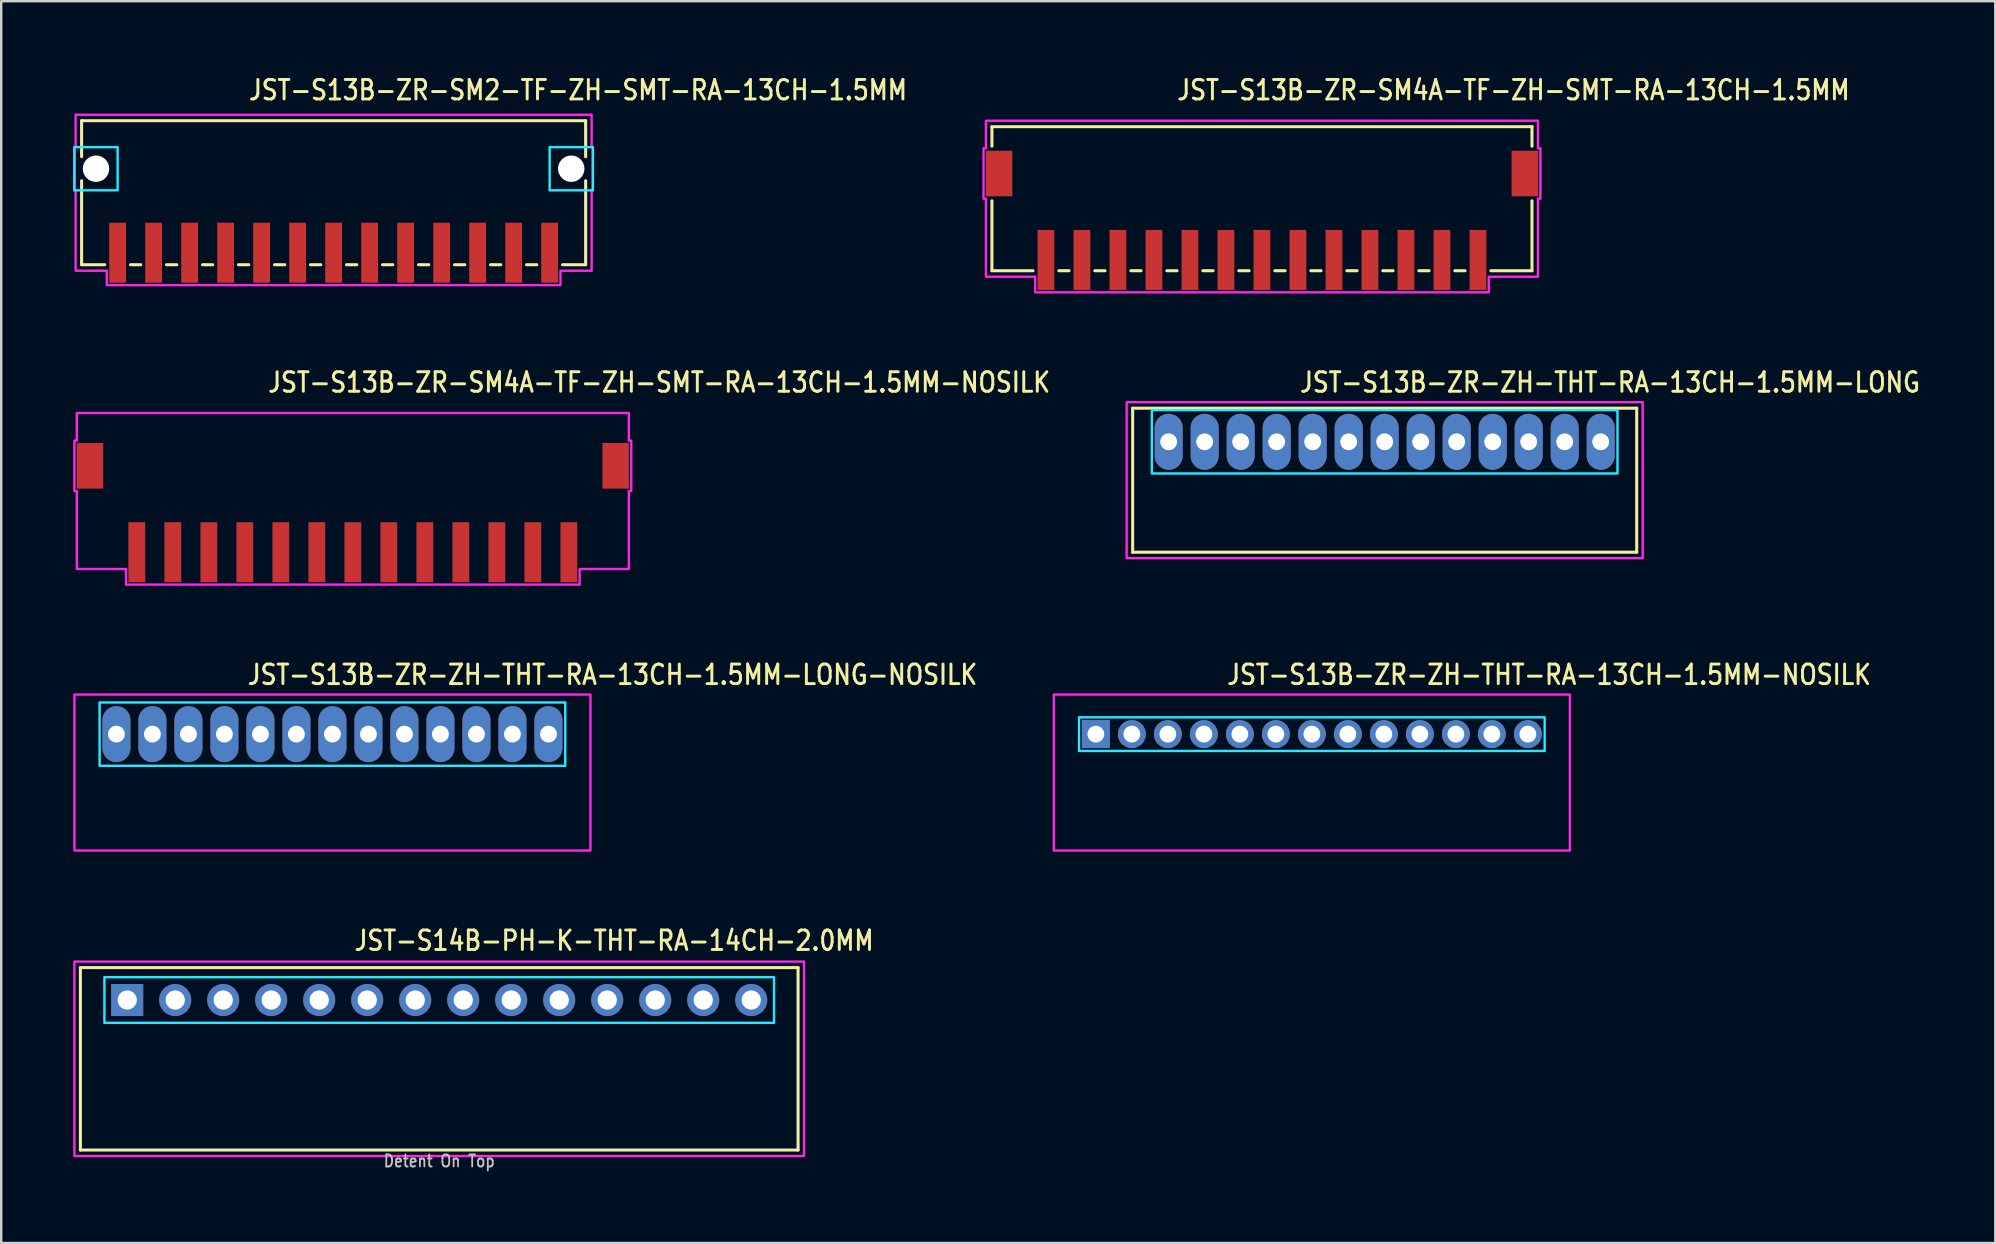
<source format=kicad_pcb>
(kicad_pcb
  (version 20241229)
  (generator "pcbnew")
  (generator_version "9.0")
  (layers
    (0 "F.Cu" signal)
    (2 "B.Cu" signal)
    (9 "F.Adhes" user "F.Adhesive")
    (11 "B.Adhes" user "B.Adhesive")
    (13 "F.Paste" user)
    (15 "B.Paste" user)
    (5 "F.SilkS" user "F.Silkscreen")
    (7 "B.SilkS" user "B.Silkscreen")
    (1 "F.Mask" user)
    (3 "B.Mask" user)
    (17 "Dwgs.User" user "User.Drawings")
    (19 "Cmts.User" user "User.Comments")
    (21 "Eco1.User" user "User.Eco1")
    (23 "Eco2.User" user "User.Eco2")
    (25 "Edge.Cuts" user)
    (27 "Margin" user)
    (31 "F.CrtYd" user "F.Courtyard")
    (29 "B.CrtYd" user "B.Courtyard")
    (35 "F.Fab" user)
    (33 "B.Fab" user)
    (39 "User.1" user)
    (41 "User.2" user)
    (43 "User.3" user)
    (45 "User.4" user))
  (footprint "JST-S13B-ZR-SM4A-TF-ZH-SMT-RA-13CH-1.5MM-NOSILK"
    (layer "F.Cu")
    (at 11.65 16.357)
    (property "Reference" "JST-S13B-ZR-SM4A-TF-ZH-SMT-RA-13CH-1.5MM-NOSILK" (at -3.6 -3 0) (unlocked yes) (layer "F.SilkS") (effects (font (size 0.813 0.695) (thickness 0.122)) (justify left bottom)))
    (fp_poly (pts (xy -11.5 -2.2) (xy -11.5 -1.05) (xy -11.6 -1.05) (xy -11.6 1.05) (xy -11.5 1.05) (xy -11.5 4.3) (xy -9.45 4.3) (xy -9.45 4.95) (xy 9.45 4.95) (xy 9.45 4.3) (xy 11.5 4.3) (xy 11.5 1.05) (xy 11.6 1.05) (xy 11.6 -1.05) (xy 11.5 -1.05) (xy 11.5 -2.2)) (stroke (width 0.1) (type solid)) (fill no) (layer "F.CrtYd"))
    (pad "1" smd rect (at 9 3.6) (size 0.7 2.5) (layers "F.Cu" "F.Mask" "F.Paste"))
    (pad "2" smd rect (at 7.5 3.6) (size 0.7 2.5) (layers "F.Cu" "F.Mask" "F.Paste"))
    (pad "3" smd rect (at 6 3.6) (size 0.7 2.5) (layers "F.Cu" "F.Mask" "F.Paste"))
    (pad "4" smd rect (at 4.5 3.6) (size 0.7 2.5) (layers "F.Cu" "F.Mask" "F.Paste"))
    (pad "5" smd rect (at 3 3.6) (size 0.7 2.5) (layers "F.Cu" "F.Mask" "F.Paste"))
    (pad "6" smd rect (at 1.5 3.6) (size 0.7 2.5) (layers "F.Cu" "F.Mask" "F.Paste"))
    (pad "7" smd rect (at 0 3.6) (size 0.7 2.5) (layers "F.Cu" "F.Mask" "F.Paste"))
    (pad "8" smd rect (at -1.5 3.6) (size 0.7 2.5) (layers "F.Cu" "F.Mask" "F.Paste"))
    (pad "9" smd rect (at -3 3.6) (size 0.7 2.5) (layers "F.Cu" "F.Mask" "F.Paste"))
    (pad "10" smd rect (at -4.5 3.6) (size 0.7 2.5) (layers "F.Cu" "F.Mask" "F.Paste"))
    (pad "11" smd rect (at -6 3.6) (size 0.7 2.5) (layers "F.Cu" "F.Mask" "F.Paste"))
    (pad "12" smd rect (at -7.5 3.6) (size 0.7 2.5) (layers "F.Cu" "F.Mask" "F.Paste"))
    (pad "13" smd rect (at -9 3.6) (size 0.7 2.5) (layers "F.Cu" "F.Mask" "F.Paste"))
    (pad "S_1" smd rect (at -10.95 0) (size 1.1 1.9) (layers "F.Cu" "F.Mask" "F.Paste"))
    (pad "S_2" smd rect (at 10.95 0) (size 1.1 1.9) (layers "F.Cu" "F.Mask" "F.Paste")))
  (footprint "JST-S13B-ZR-SM2-TF-ZH-SMT-RA-13CH-1.5MM"
    (layer "F.Cu")
    (at 10.85 3.979)
    (property "Reference" "JST-S13B-ZR-SM2-TF-ZH-SMT-RA-13CH-1.5MM" (at -3.6 -2.8 0) (unlocked yes) (layer "F.SilkS") (effects (font (size 0.813 0.695) (thickness 0.122)) (justify left bottom)))
    (fp_line (start -10.5 -2) (end -10.5 -0.5) (stroke (width 0.127) (type solid)) (layer "F.SilkS"))
    (fp_line (start -10.5 -2) (end 10.5 -2) (stroke (width 0.127) (type solid)) (layer "F.SilkS"))
    (fp_line (start -10.5 4) (end -10.5 0.5) (stroke (width 0.127) (type solid)) (layer "F.SilkS"))
    (fp_line (start -10.5 4) (end -9.537 4) (stroke (width 0.127) (type solid)) (layer "F.SilkS"))
    (fp_line (start -8.463 4) (end -8.037 4) (stroke (width 0.127) (type solid)) (layer "F.SilkS"))
    (fp_line (start -6.963 4) (end -6.537 4) (stroke (width 0.127) (type solid)) (layer "F.SilkS"))
    (fp_line (start -5.463 4) (end -5.037 4) (stroke (width 0.127) (type solid)) (layer "F.SilkS"))
    (fp_line (start -3.963 4) (end -3.537 4) (stroke (width 0.127) (type solid)) (layer "F.SilkS"))
    (fp_line (start -2.463 4) (end -2.037 4) (stroke (width 0.127) (type solid)) (layer "F.SilkS"))
    (fp_line (start -0.964 4) (end -0.536 4) (stroke (width 0.127) (type solid)) (layer "F.SilkS"))
    (fp_line (start 0.536 4) (end 0.964 4) (stroke (width 0.127) (type solid)) (layer "F.SilkS"))
    (fp_line (start 2.037 4) (end 2.463 4) (stroke (width 0.127) (type solid)) (layer "F.SilkS"))
    (fp_line (start 3.537 4) (end 3.963 4) (stroke (width 0.127) (type solid)) (layer "F.SilkS"))
    (fp_line (start 5.037 4) (end 5.463 4) (stroke (width 0.127) (type solid)) (layer "F.SilkS"))
    (fp_line (start 6.537 4) (end 6.963 4) (stroke (width 0.127) (type solid)) (layer "F.SilkS"))
    (fp_line (start 8.037 4) (end 8.463 4) (stroke (width 0.127) (type solid)) (layer "F.SilkS"))
    (fp_line (start 9.537 4) (end 10.5 4) (stroke (width 0.127) (type solid)) (layer "F.SilkS"))
    (fp_line (start 10.5 -0.5) (end 10.5 -2) (stroke (width 0.127) (type solid)) (layer "F.SilkS"))
    (fp_line (start 10.5 0.5) (end 10.5 4) (stroke (width 0.127) (type solid)) (layer "F.SilkS"))
    (fp_poly (pts (xy -10.8 -0.9) (xy -10.8 0.9) (xy -9 0.9) (xy -9 -0.9)) (stroke (width 0.1) (type solid)) (fill no) (layer "B.CrtYd"))
    (fp_poly (pts (xy 10.8 -0.9) (xy 10.8 0.9) (xy 9 0.9) (xy 9 -0.9)) (stroke (width 0.1) (type solid)) (fill no) (layer "B.CrtYd"))
    (fp_poly (pts (xy -10.75 -2.25) (xy -10.75 -0.9) (xy -10.8 -0.9) (xy -10.8 0.9) (xy -10.75 0.9) (xy -10.75 4.25) (xy -9.45 4.25) (xy -9.45 4.85) (xy 9.45 4.85) (xy 9.45 4.25) (xy 10.75 4.25) (xy 10.75 0.9) (xy 10.8 0.9) (xy 10.8 -0.9) (xy 10.75 -0.9) (xy 10.75 -2.25)) (stroke (width 0.1) (type solid)) (fill no) (layer "F.CrtYd"))
    (pad "" np_thru_hole circle (at -9.9 0) (size 1.1 1.1) (drill 1.1) (layers "*.Cu" "*.Mask"))
    (pad "" np_thru_hole circle (at 9.9 0) (size 1.1 1.1) (drill 1.1) (layers "*.Cu" "*.Mask"))
    (pad "1" smd rect (at 9 3.5) (size 0.7 2.5) (layers "F.Cu" "F.Mask" "F.Paste"))
    (pad "2" smd rect (at 7.5 3.5) (size 0.7 2.5) (layers "F.Cu" "F.Mask" "F.Paste"))
    (pad "3" smd rect (at 6 3.5) (size 0.7 2.5) (layers "F.Cu" "F.Mask" "F.Paste"))
    (pad "4" smd rect (at 4.5 3.5) (size 0.7 2.5) (layers "F.Cu" "F.Mask" "F.Paste"))
    (pad "5" smd rect (at 3 3.5) (size 0.7 2.5) (layers "F.Cu" "F.Mask" "F.Paste"))
    (pad "6" smd rect (at 1.5 3.5) (size 0.7 2.5) (layers "F.Cu" "F.Mask" "F.Paste"))
    (pad "7" smd rect (at 0 3.5) (size 0.7 2.5) (layers "F.Cu" "F.Mask" "F.Paste"))
    (pad "8" smd rect (at -1.5 3.5) (size 0.7 2.5) (layers "F.Cu" "F.Mask" "F.Paste"))
    (pad "9" smd rect (at -3 3.5) (size 0.7 2.5) (layers "F.Cu" "F.Mask" "F.Paste"))
    (pad "10" smd rect (at -4.5 3.5) (size 0.7 2.5) (layers "F.Cu" "F.Mask" "F.Paste"))
    (pad "11" smd rect (at -6 3.5) (size 0.7 2.5) (layers "F.Cu" "F.Mask" "F.Paste"))
    (pad "12" smd rect (at -7.5 3.5) (size 0.7 2.5) (layers "F.Cu" "F.Mask" "F.Paste"))
    (pad "13" smd rect (at -9 3.5) (size 0.7 2.5) (layers "F.Cu" "F.Mask" "F.Paste")))
  (footprint "JST-S13B-ZR-ZH-THT-RA-13CH-1.5MM-NOSILK"
    (layer "F.Cu")
    (at 51.606 27.536)
    (property "Reference" "JST-S13B-ZR-ZH-THT-RA-13CH-1.5MM-NOSILK" (at -3.6 -2 0) (unlocked yes) (layer "F.SilkS") (effects (font (size 0.813 0.695) (thickness 0.122)) (justify left bottom)))
    (fp_poly (pts (xy -9.7 -0.7) (xy -9.7 0.7) (xy 9.7 0.7) (xy 9.7 -0.7)) (stroke (width 0.1) (type solid)) (fill no) (layer "B.CrtYd"))
    (fp_poly (pts (xy -10.75 -1.65) (xy -10.75 4.85) (xy 10.75 4.85) (xy 10.75 -1.65)) (stroke (width 0.1) (type solid)) (fill no) (layer "F.CrtYd"))
    (pad "1" thru_hole rect (at -9 0) (size 1.167 1.167) (drill 0.7) (layers "*.Cu" "*.Mask"))
    (pad "2" thru_hole oval (at -7.5 0) (size 1.167 1.167) (drill 0.7) (layers "*.Cu" "*.Mask"))
    (pad "3" thru_hole oval (at -6 0) (size 1.167 1.167) (drill 0.7) (layers "*.Cu" "*.Mask"))
    (pad "4" thru_hole oval (at -4.5 0) (size 1.167 1.167) (drill 0.7) (layers "*.Cu" "*.Mask"))
    (pad "5" thru_hole oval (at -3 0) (size 1.167 1.167) (drill 0.7) (layers "*.Cu" "*.Mask"))
    (pad "6" thru_hole oval (at -1.5 0) (size 1.167 1.167) (drill 0.7) (layers "*.Cu" "*.Mask"))
    (pad "7" thru_hole oval (at 0 0) (size 1.167 1.167) (drill 0.7) (layers "*.Cu" "*.Mask"))
    (pad "8" thru_hole oval (at 1.5 0) (size 1.167 1.167) (drill 0.7) (layers "*.Cu" "*.Mask"))
    (pad "9" thru_hole oval (at 3 0) (size 1.167 1.167) (drill 0.7) (layers "*.Cu" "*.Mask"))
    (pad "10" thru_hole oval (at 4.5 0) (size 1.167 1.167) (drill 0.7) (layers "*.Cu" "*.Mask"))
    (pad "11" thru_hole oval (at 6 0) (size 1.167 1.167) (drill 0.7) (layers "*.Cu" "*.Mask"))
    (pad "12" thru_hole oval (at 7.5 0) (size 1.167 1.167) (drill 0.7) (layers "*.Cu" "*.Mask"))
    (pad "13" thru_hole oval (at 9 0) (size 1.167 1.167) (drill 0.7) (layers "*.Cu" "*.Mask")))
  (footprint "JST-S13B-ZR-ZH-THT-RA-13CH-1.5MM-LONG-NOSILK"
    (layer "F.Cu")
    (at 10.8 27.536)
    (property "Reference" "JST-S13B-ZR-ZH-THT-RA-13CH-1.5MM-LONG-NOSILK" (at -3.6 -2 0) (unlocked yes) (layer "F.SilkS") (effects (font (size 0.813 0.695) (thickness 0.122)) (justify left bottom)))
    (fp_poly (pts (xy -9.7 -1.32) (xy -9.7 1.32) (xy 9.7 1.32) (xy 9.7 -1.32)) (stroke (width 0.1) (type solid)) (fill no) (layer "B.CrtYd"))
    (fp_poly (pts (xy -10.75 -1.65) (xy -10.75 4.85) (xy 10.75 4.85) (xy 10.75 -1.65)) (stroke (width 0.1) (type solid)) (fill no) (layer "F.CrtYd"))
    (pad "1" thru_hole oval (at -9 0 90) (size 2.333 1.167) (drill 0.7) (layers "*.Cu" "*.Mask"))
    (pad "2" thru_hole oval (at -7.5 0 90) (size 2.333 1.167) (drill 0.7) (layers "*.Cu" "*.Mask"))
    (pad "3" thru_hole oval (at -6 0 90) (size 2.333 1.167) (drill 0.7) (layers "*.Cu" "*.Mask"))
    (pad "4" thru_hole oval (at -4.5 0 90) (size 2.333 1.167) (drill 0.7) (layers "*.Cu" "*.Mask"))
    (pad "5" thru_hole oval (at -3 0 90) (size 2.333 1.167) (drill 0.7) (layers "*.Cu" "*.Mask"))
    (pad "6" thru_hole oval (at -1.5 0 90) (size 2.333 1.167) (drill 0.7) (layers "*.Cu" "*.Mask"))
    (pad "7" thru_hole oval (at 0 0 90) (size 2.333 1.167) (drill 0.7) (layers "*.Cu" "*.Mask"))
    (pad "8" thru_hole oval (at 1.5 0 90) (size 2.333 1.167) (drill 0.7) (layers "*.Cu" "*.Mask"))
    (pad "9" thru_hole oval (at 3 0 90) (size 2.333 1.167) (drill 0.7) (layers "*.Cu" "*.Mask"))
    (pad "10" thru_hole oval (at 4.5 0 90) (size 2.333 1.167) (drill 0.7) (layers "*.Cu" "*.Mask"))
    (pad "11" thru_hole oval (at 6 0 90) (size 2.333 1.167) (drill 0.7) (layers "*.Cu" "*.Mask"))
    (pad "12" thru_hole oval (at 7.5 0 90) (size 2.333 1.167) (drill 0.7) (layers "*.Cu" "*.Mask"))
    (pad "13" thru_hole oval (at 9 0 90) (size 2.333 1.167) (drill 0.7) (layers "*.Cu" "*.Mask")))
  (footprint "JST-S14B-PH-K-THT-RA-14CH-2.0MM"
    (layer "F.Cu")
    (at 15.25 38.614)
    (property "Reference" "JST-S14B-PH-K-THT-RA-14CH-2.0MM" (at -3.6 -2 0) (unlocked yes) (layer "F.SilkS") (effects (font (size 0.813 0.695) (thickness 0.122)) (justify left bottom)))
    (fp_line (start -14.95 -1.35) (end 14.95 -1.35) (stroke (width 0.127) (type solid)) (layer "F.SilkS"))
    (fp_line (start -14.95 6.25) (end -14.95 -1.35) (stroke (width 0.127) (type solid)) (layer "F.SilkS"))
    (fp_line (start -14.95 6.25) (end 14.95 6.25) (stroke (width 0.127) (type solid)) (layer "F.SilkS"))
    (fp_line (start 14.95 -1.35) (end 14.95 6.25) (stroke (width 0.127) (type solid)) (layer "F.SilkS"))
    (fp_poly (pts (xy -13.95 -0.95) (xy -13.95 0.95) (xy 13.95 0.95) (xy 13.95 -0.95)) (stroke (width 0.1) (type solid)) (fill no) (layer "B.CrtYd"))
    (fp_poly (pts (xy -15.2 -1.6) (xy -15.2 6.5) (xy 15.2 6.5) (xy 15.2 -1.6)) (stroke (width 0.1) (type solid)) (fill no) (layer "F.CrtYd"))
    (fp_text user "Detent On Top" (at 0 7 0) (unlocked yes) (layer "Dwgs.User") (effects (font (size 0.5 0.427) (thickness 0.075)) (justify bottom)))
    (pad "1" thru_hole rect (at -13 0) (size 1.333 1.333) (drill 0.8) (layers "*.Cu" "*.Mask"))
    (pad "2" thru_hole oval (at -11 0) (size 1.333 1.333) (drill 0.8) (layers "*.Cu" "*.Mask"))
    (pad "3" thru_hole oval (at -9 0) (size 1.333 1.333) (drill 0.8) (layers "*.Cu" "*.Mask"))
    (pad "4" thru_hole oval (at -7 0) (size 1.333 1.333) (drill 0.8) (layers "*.Cu" "*.Mask"))
    (pad "5" thru_hole oval (at -5 0) (size 1.333 1.333) (drill 0.8) (layers "*.Cu" "*.Mask"))
    (pad "6" thru_hole oval (at -3 0) (size 1.333 1.333) (drill 0.8) (layers "*.Cu" "*.Mask"))
    (pad "7" thru_hole oval (at -1 0) (size 1.333 1.333) (drill 0.8) (layers "*.Cu" "*.Mask"))
    (pad "8" thru_hole oval (at 1 0) (size 1.333 1.333) (drill 0.8) (layers "*.Cu" "*.Mask"))
    (pad "9" thru_hole oval (at 3 0) (size 1.333 1.333) (drill 0.8) (layers "*.Cu" "*.Mask"))
    (pad "10" thru_hole oval (at 5 0) (size 1.333 1.333) (drill 0.8) (layers "*.Cu" "*.Mask"))
    (pad "11" thru_hole oval (at 7 0) (size 1.333 1.333) (drill 0.8) (layers "*.Cu" "*.Mask"))
    (pad "12" thru_hole oval (at 9 0) (size 1.333 1.333) (drill 0.8) (layers "*.Cu" "*.Mask"))
    (pad "13" thru_hole oval (at 11 0) (size 1.333 1.333) (drill 0.8) (layers "*.Cu" "*.Mask"))
    (pad "14" thru_hole oval (at 13 0) (size 1.333 1.333) (drill 0.8) (layers "*.Cu" "*.Mask")))
  (footprint "JST-S13B-ZR-SM4A-TF-ZH-SMT-RA-13CH-1.5MM"
    (layer "F.Cu")
    (at 49.527 4.179)
    (property "Reference" "JST-S13B-ZR-SM4A-TF-ZH-SMT-RA-13CH-1.5MM" (at -3.6 -3 0) (unlocked yes) (layer "F.SilkS") (effects (font (size 0.813 0.695) (thickness 0.122)) (justify left bottom)))
    (fp_line (start -11.25 -1.95) (end -11.25 -1.137) (stroke (width 0.127) (type solid)) (layer "F.SilkS"))
    (fp_line (start -11.25 -1.95) (end 11.25 -1.95) (stroke (width 0.127) (type solid)) (layer "F.SilkS"))
    (fp_line (start -11.25 4.05) (end -11.25 1.137) (stroke (width 0.127) (type solid)) (layer "F.SilkS"))
    (fp_line (start -11.25 4.05) (end -9.537 4.05) (stroke (width 0.127) (type solid)) (layer "F.SilkS"))
    (fp_line (start -8.463 4.05) (end -8.037 4.05) (stroke (width 0.127) (type solid)) (layer "F.SilkS"))
    (fp_line (start -6.963 4.05) (end -6.537 4.05) (stroke (width 0.127) (type solid)) (layer "F.SilkS"))
    (fp_line (start -5.463 4.05) (end -5.037 4.05) (stroke (width 0.127) (type solid)) (layer "F.SilkS"))
    (fp_line (start -3.963 4.05) (end -3.537 4.05) (stroke (width 0.127) (type solid)) (layer "F.SilkS"))
    (fp_line (start -2.463 4.05) (end -2.037 4.05) (stroke (width 0.127) (type solid)) (layer "F.SilkS"))
    (fp_line (start -0.964 4.05) (end -0.536 4.05) (stroke (width 0.127) (type solid)) (layer "F.SilkS"))
    (fp_line (start 0.536 4.05) (end 0.964 4.05) (stroke (width 0.127) (type solid)) (layer "F.SilkS"))
    (fp_line (start 2.037 4.05) (end 2.463 4.05) (stroke (width 0.127) (type solid)) (layer "F.SilkS"))
    (fp_line (start 3.537 4.05) (end 3.963 4.05) (stroke (width 0.127) (type solid)) (layer "F.SilkS"))
    (fp_line (start 5.037 4.05) (end 5.463 4.05) (stroke (width 0.127) (type solid)) (layer "F.SilkS"))
    (fp_line (start 6.537 4.05) (end 6.963 4.05) (stroke (width 0.127) (type solid)) (layer "F.SilkS"))
    (fp_line (start 8.037 4.05) (end 8.463 4.05) (stroke (width 0.127) (type solid)) (layer "F.SilkS"))
    (fp_line (start 9.537 4.05) (end 11.25 4.05) (stroke (width 0.127) (type solid)) (layer "F.SilkS"))
    (fp_line (start 11.25 -1.137) (end 11.25 -1.95) (stroke (width 0.127) (type solid)) (layer "F.SilkS"))
    (fp_line (start 11.25 1.137) (end 11.25 4.05) (stroke (width 0.127) (type solid)) (layer "F.SilkS"))
    (fp_poly (pts (xy -11.5 -2.2) (xy -11.5 -1.05) (xy -11.6 -1.05) (xy -11.6 1.05) (xy -11.5 1.05) (xy -11.5 4.3) (xy -9.45 4.3) (xy -9.45 4.95) (xy 9.45 4.95) (xy 9.45 4.3) (xy 11.5 4.3) (xy 11.5 1.05) (xy 11.6 1.05) (xy 11.6 -1.05) (xy 11.5 -1.05) (xy 11.5 -2.2)) (stroke (width 0.1) (type solid)) (fill no) (layer "F.CrtYd"))
    (pad "1" smd rect (at 9 3.6) (size 0.7 2.5) (layers "F.Cu" "F.Mask" "F.Paste"))
    (pad "2" smd rect (at 7.5 3.6) (size 0.7 2.5) (layers "F.Cu" "F.Mask" "F.Paste"))
    (pad "3" smd rect (at 6 3.6) (size 0.7 2.5) (layers "F.Cu" "F.Mask" "F.Paste"))
    (pad "4" smd rect (at 4.5 3.6) (size 0.7 2.5) (layers "F.Cu" "F.Mask" "F.Paste"))
    (pad "5" smd rect (at 3 3.6) (size 0.7 2.5) (layers "F.Cu" "F.Mask" "F.Paste"))
    (pad "6" smd rect (at 1.5 3.6) (size 0.7 2.5) (layers "F.Cu" "F.Mask" "F.Paste"))
    (pad "7" smd rect (at 0 3.6) (size 0.7 2.5) (layers "F.Cu" "F.Mask" "F.Paste"))
    (pad "8" smd rect (at -1.5 3.6) (size 0.7 2.5) (layers "F.Cu" "F.Mask" "F.Paste"))
    (pad "9" smd rect (at -3 3.6) (size 0.7 2.5) (layers "F.Cu" "F.Mask" "F.Paste"))
    (pad "10" smd rect (at -4.5 3.6) (size 0.7 2.5) (layers "F.Cu" "F.Mask" "F.Paste"))
    (pad "11" smd rect (at -6 3.6) (size 0.7 2.5) (layers "F.Cu" "F.Mask" "F.Paste"))
    (pad "12" smd rect (at -7.5 3.6) (size 0.7 2.5) (layers "F.Cu" "F.Mask" "F.Paste"))
    (pad "13" smd rect (at -9 3.6) (size 0.7 2.5) (layers "F.Cu" "F.Mask" "F.Paste"))
    (pad "S_1" smd rect (at -10.95 0) (size 1.1 1.9) (layers "F.Cu" "F.Mask" "F.Paste"))
    (pad "S_2" smd rect (at 10.95 0) (size 1.1 1.9) (layers "F.Cu" "F.Mask" "F.Paste")))
  (footprint "JST-S13B-ZR-ZH-THT-RA-13CH-1.5MM-LONG"
    (layer "F.Cu")
    (at 54.64 15.357)
    (property "Reference" "JST-S13B-ZR-ZH-THT-RA-13CH-1.5MM-LONG" (at -3.6 -2 0) (unlocked yes) (layer "F.SilkS") (effects (font (size 0.813 0.695) (thickness 0.122)) (justify left bottom)))
    (fp_line (start -10.5 -1.4) (end 10.5 -1.4) (stroke (width 0.127) (type solid)) (layer "F.SilkS"))
    (fp_line (start -10.5 4.6) (end -10.5 -1.4) (stroke (width 0.127) (type solid)) (layer "F.SilkS"))
    (fp_line (start -10.5 4.6) (end 10.5 4.6) (stroke (width 0.127) (type solid)) (layer "F.SilkS"))
    (fp_line (start 10.5 -1.4) (end 10.5 4.6) (stroke (width 0.127) (type solid)) (layer "F.SilkS"))
    (fp_poly (pts (xy -9.7 -1.32) (xy -9.7 1.32) (xy 9.7 1.32) (xy 9.7 -1.32)) (stroke (width 0.1) (type solid)) (fill no) (layer "B.CrtYd"))
    (fp_poly (pts (xy -10.75 -1.65) (xy -10.75 4.85) (xy 10.75 4.85) (xy 10.75 -1.65)) (stroke (width 0.1) (type solid)) (fill no) (layer "F.CrtYd"))
    (pad "1" thru_hole oval (at -9 0 90) (size 2.333 1.167) (drill 0.7) (layers "*.Cu" "*.Mask"))
    (pad "2" thru_hole oval (at -7.5 0 90) (size 2.333 1.167) (drill 0.7) (layers "*.Cu" "*.Mask"))
    (pad "3" thru_hole oval (at -6 0 90) (size 2.333 1.167) (drill 0.7) (layers "*.Cu" "*.Mask"))
    (pad "4" thru_hole oval (at -4.5 0 90) (size 2.333 1.167) (drill 0.7) (layers "*.Cu" "*.Mask"))
    (pad "5" thru_hole oval (at -3 0 90) (size 2.333 1.167) (drill 0.7) (layers "*.Cu" "*.Mask"))
    (pad "6" thru_hole oval (at -1.5 0 90) (size 2.333 1.167) (drill 0.7) (layers "*.Cu" "*.Mask"))
    (pad "7" thru_hole oval (at 0 0 90) (size 2.333 1.167) (drill 0.7) (layers "*.Cu" "*.Mask"))
    (pad "8" thru_hole oval (at 1.5 0 90) (size 2.333 1.167) (drill 0.7) (layers "*.Cu" "*.Mask"))
    (pad "9" thru_hole oval (at 3 0 90) (size 2.333 1.167) (drill 0.7) (layers "*.Cu" "*.Mask"))
    (pad "10" thru_hole oval (at 4.5 0 90) (size 2.333 1.167) (drill 0.7) (layers "*.Cu" "*.Mask"))
    (pad "11" thru_hole oval (at 6 0 90) (size 2.333 1.167) (drill 0.7) (layers "*.Cu" "*.Mask"))
    (pad "12" thru_hole oval (at 7.5 0 90) (size 2.333 1.167) (drill 0.7) (layers "*.Cu" "*.Mask"))
    (pad "13" thru_hole oval (at 9 0 90) (size 2.333 1.167) (drill 0.7) (layers "*.Cu" "*.Mask")))
  (gr_rect
    (start -3 -3)
    (end 80.079 48.737)
    (stroke (width 0.1) (type default))
    (fill no)
    (layer "Edge.Cuts")))
</source>
